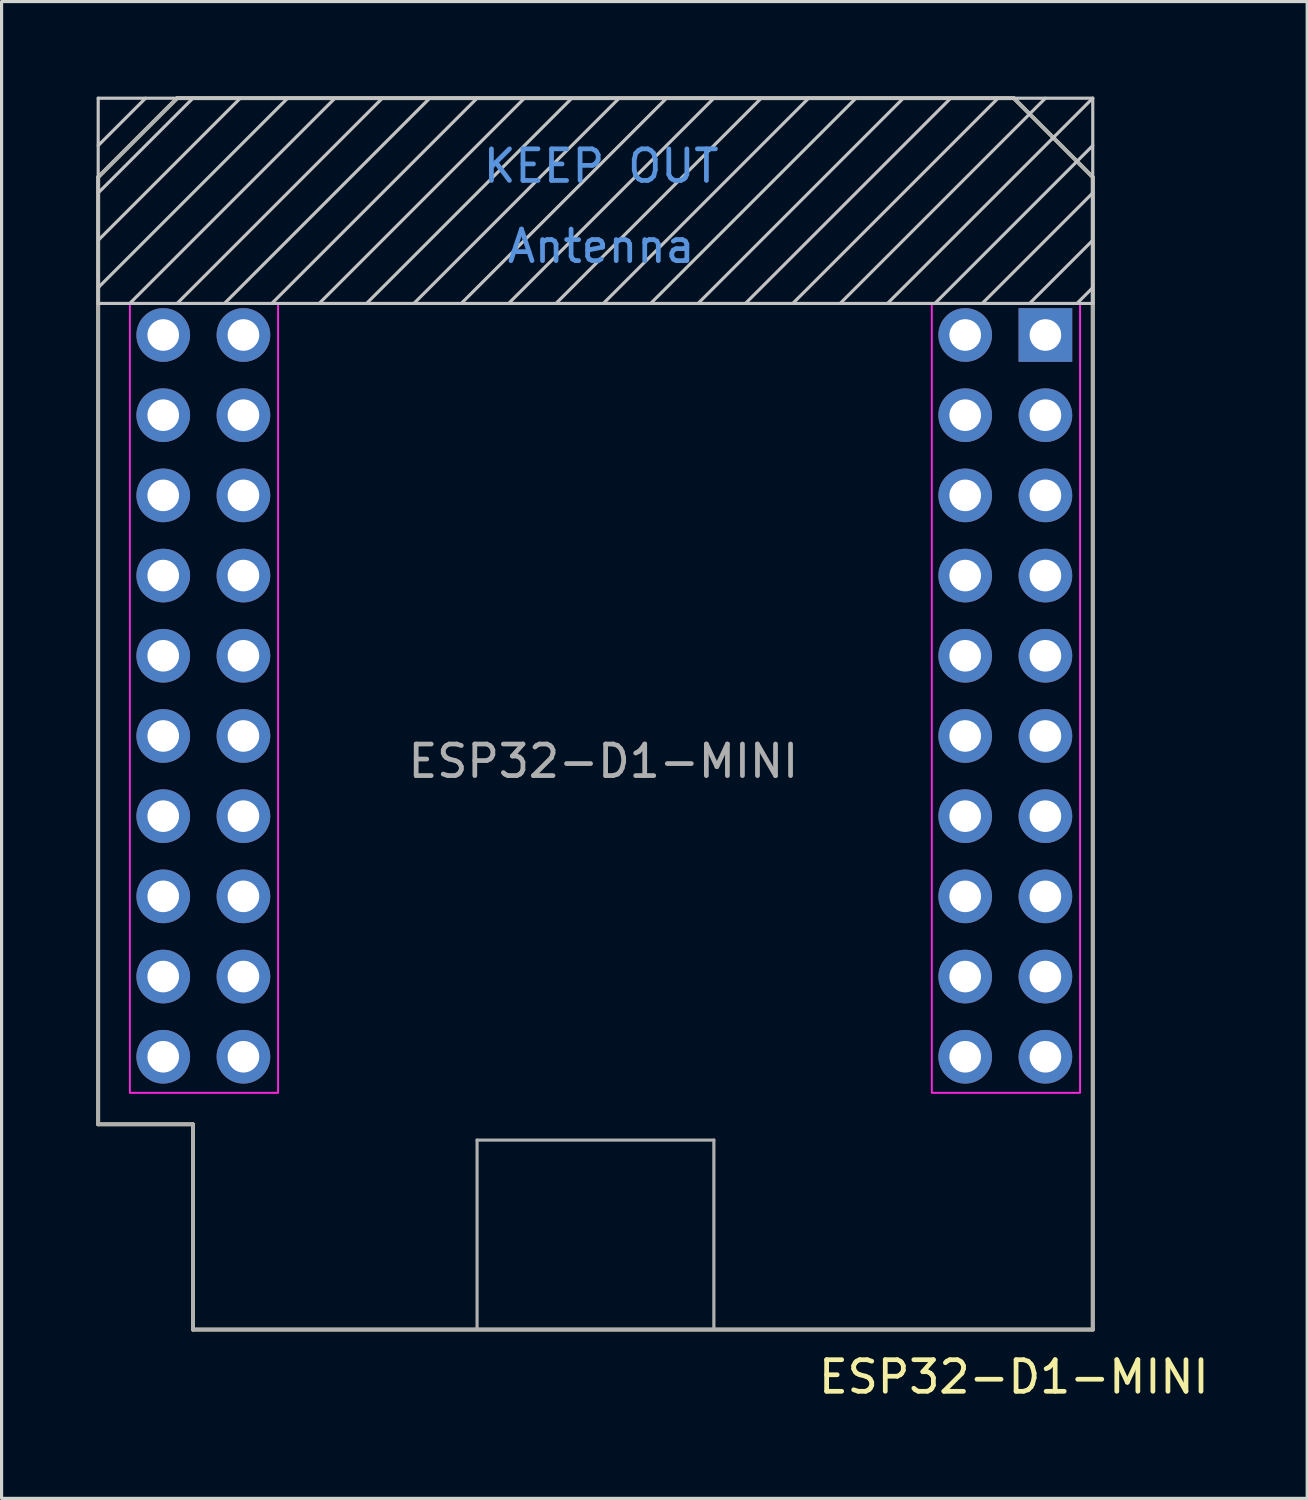
<source format=kicad_pcb>
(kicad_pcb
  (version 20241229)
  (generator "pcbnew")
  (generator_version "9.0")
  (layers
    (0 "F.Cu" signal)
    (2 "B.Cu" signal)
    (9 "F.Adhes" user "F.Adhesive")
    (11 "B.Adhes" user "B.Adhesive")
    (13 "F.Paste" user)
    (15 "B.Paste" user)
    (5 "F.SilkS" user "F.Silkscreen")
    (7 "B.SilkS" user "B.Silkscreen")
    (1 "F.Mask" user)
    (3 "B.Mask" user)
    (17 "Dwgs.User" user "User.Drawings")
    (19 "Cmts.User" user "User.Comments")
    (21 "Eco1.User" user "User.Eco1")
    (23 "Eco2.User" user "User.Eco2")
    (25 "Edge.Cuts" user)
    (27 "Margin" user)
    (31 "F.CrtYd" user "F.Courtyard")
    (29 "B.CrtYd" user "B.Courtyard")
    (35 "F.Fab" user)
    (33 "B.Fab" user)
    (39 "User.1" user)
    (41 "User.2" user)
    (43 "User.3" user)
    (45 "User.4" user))
  (footprint "ESP32-D1-MINI"
    (layer "F.Cu")
    (at 30.06 7.56)
    (property "Reference" "ESP32-D1-MINI" (at -1 33 0) (unlocked yes) (layer "F.SilkS") (effects (font (size 1 1) (thickness 0.15))))
    (attr through_hole)
    (fp_line (start -30 -5) (end -30 25) (stroke (width 0.12) (type solid)) (layer "F.SilkS"))
    (fp_line (start -30 25) (end -27 25) (stroke (width 0.12) (type solid)) (layer "F.SilkS"))
    (fp_line (start -27.5 -7.5) (end -30 -5) (stroke (width 0.12) (type solid)) (layer "F.SilkS"))
    (fp_line (start -27 25) (end -27 31.5) (stroke (width 0.12) (type solid)) (layer "F.SilkS"))
    (fp_line (start -27 31.5) (end 1.5 31.5) (stroke (width 0.12) (type solid)) (layer "F.SilkS"))
    (fp_line (start -1 -7.5) (end -27.5 -7.5) (stroke (width 0.12) (type solid)) (layer "F.SilkS"))
    (fp_line (start 1.5 -5) (end -1 -7.5) (stroke (width 0.12) (type solid)) (layer "F.SilkS"))
    (fp_line (start 1.5 31.5) (end 1.5 -5) (stroke (width 0.12) (type solid)) (layer "F.SilkS"))
    (fp_line (start -30 -7.5) (end -30 -1) (stroke (width 0.1) (type solid)) (layer "Dwgs.User"))
    (fp_line (start -30 -6) (end -28.5 -7.5) (stroke (width 0.1) (type solid)) (layer "Dwgs.User"))
    (fp_line (start -30 -4.5) (end -27 -7.5) (stroke (width 0.1) (type solid)) (layer "Dwgs.User"))
    (fp_line (start -30 -3) (end -25.5 -7.5) (stroke (width 0.1) (type solid)) (layer "Dwgs.User"))
    (fp_line (start -30 -1.5) (end -24 -7.5) (stroke (width 0.1) (type solid)) (layer "Dwgs.User"))
    (fp_line (start -30 -1) (end 1.5 -1) (stroke (width 0.1) (type solid)) (layer "Dwgs.User"))
    (fp_line (start -29 -1) (end -22.5 -7.5) (stroke (width 0.1) (type solid)) (layer "Dwgs.User"))
    (fp_line (start -27.5 -1) (end -21 -7.5) (stroke (width 0.1) (type solid)) (layer "Dwgs.User"))
    (fp_line (start -26 -1) (end -19.5 -7.5) (stroke (width 0.1) (type solid)) (layer "Dwgs.User"))
    (fp_line (start -24.5 -1) (end -18 -7.5) (stroke (width 0.1) (type solid)) (layer "Dwgs.User"))
    (fp_line (start -23 -1) (end -16.5 -7.5) (stroke (width 0.1) (type solid)) (layer "Dwgs.User"))
    (fp_line (start -21.5 -1) (end -15 -7.5) (stroke (width 0.1) (type solid)) (layer "Dwgs.User"))
    (fp_line (start -20 -1) (end -13.5 -7.5) (stroke (width 0.1) (type solid)) (layer "Dwgs.User"))
    (fp_line (start -18.5 -1) (end -12 -7.5) (stroke (width 0.1) (type solid)) (layer "Dwgs.User"))
    (fp_line (start -17 -1) (end -10.5 -7.5) (stroke (width 0.1) (type solid)) (layer "Dwgs.User"))
    (fp_line (start -15.5 -1) (end -9 -7.5) (stroke (width 0.1) (type solid)) (layer "Dwgs.User"))
    (fp_line (start -14 -1) (end -7.5 -7.5) (stroke (width 0.1) (type solid)) (layer "Dwgs.User"))
    (fp_line (start -12.5 -1) (end -6 -7.5) (stroke (width 0.1) (type solid)) (layer "Dwgs.User"))
    (fp_line (start -11 -1) (end -4.5 -7.5) (stroke (width 0.1) (type solid)) (layer "Dwgs.User"))
    (fp_line (start -9.5 -1) (end -3 -7.5) (stroke (width 0.1) (type solid)) (layer "Dwgs.User"))
    (fp_line (start -8 -1) (end -1.5 -7.5) (stroke (width 0.1) (type solid)) (layer "Dwgs.User"))
    (fp_line (start -6.5 -1) (end 0 -7.5) (stroke (width 0.1) (type solid)) (layer "Dwgs.User"))
    (fp_line (start -5 -1) (end 1.5 -7.5) (stroke (width 0.1) (type solid)) (layer "Dwgs.User"))
    (fp_line (start -3.5 -1) (end 1.5 -6) (stroke (width 0.1) (type solid)) (layer "Dwgs.User"))
    (fp_line (start -2 -1) (end 1.5 -4.5) (stroke (width 0.1) (type solid)) (layer "Dwgs.User"))
    (fp_line (start -0.5 -1) (end 1.5 -3) (stroke (width 0.1) (type solid)) (layer "Dwgs.User"))
    (fp_line (start 1 -1) (end 1.5 -1.5) (stroke (width 0.1) (type solid)) (layer "Dwgs.User"))
    (fp_line (start 1.5 -7.5) (end -30 -7.5) (stroke (width 0.1) (type solid)) (layer "Dwgs.User"))
    (fp_line (start 1.5 -1) (end 1.5 -7.5) (stroke (width 0.1) (type solid)) (layer "Dwgs.User"))
    (fp_rect (start -29 -1) (end -24.3 24) (stroke (width 0.05) (type default)) (fill no) (layer "F.CrtYd"))
    (fp_rect (start -29 -1) (end -24.3 24) (stroke (width 0.05) (type default)) (fill no) (layer "F.CrtYd"))
    (fp_rect (start -3.6 -1) (end 1.1 24) (stroke (width 0.05) (type default)) (fill no) (layer "F.CrtYd"))
    (fp_rect (start -3.6 -1) (end 1.1 24) (stroke (width 0.05) (type default)) (fill no) (layer "F.CrtYd"))
    (fp_line (start -30 -5) (end -30 25) (stroke (width 0.12) (type solid)) (layer "F.Fab"))
    (fp_line (start -30 25) (end -27 25) (stroke (width 0.12) (type solid)) (layer "F.Fab"))
    (fp_line (start -27.5 -7.5) (end -30 -5) (stroke (width 0.12) (type solid)) (layer "F.Fab"))
    (fp_line (start -27 25) (end -27 31.5) (stroke (width 0.12) (type solid)) (layer "F.Fab"))
    (fp_line (start -27 31.5) (end 1.5 31.5) (stroke (width 0.12) (type solid)) (layer "F.Fab"))
    (fp_line (start -18 25.5) (end -10.5 25.5) (stroke (width 0.1) (type solid)) (layer "F.Fab"))
    (fp_line (start -18 31.5) (end -18 25.5) (stroke (width 0.1) (type solid)) (layer "F.Fab"))
    (fp_line (start -10.5 25.5) (end -10.5 31.5) (stroke (width 0.1) (type solid)) (layer "F.Fab"))
    (fp_line (start -1 -7.5) (end -27.5 -7.5) (stroke (width 0.12) (type solid)) (layer "F.Fab"))
    (fp_line (start 1.5 -5) (end -1 -7.5) (stroke (width 0.12) (type solid)) (layer "F.Fab"))
    (fp_line (start 1.5 31.5) (end 1.5 -5) (stroke (width 0.12) (type solid)) (layer "F.Fab"))
    (fp_text user "Antenna" (at -14.07 -2.81 0) (layer "Cmts.User") (effects (font (size 1 1) (thickness 0.15))))
    (fp_text user "KEEP OUT" (at -14.07 -5.35 0) (layer "Cmts.User") (effects (font (size 1 1) (thickness 0.15))))
    (fp_text user "${REFERENCE}" (at -14 13.5 0) (layer "F.Fab") (effects (font (size 1 1) (thickness 0.15))))
    (pad "1" thru_hole rect (at 0 0) (size 1.7 1.7) (drill 1) (layers "*.Cu" "*.Mask"))
    (pad "2" thru_hole circle (at 0 2.54) (size 1.7 1.7) (drill 1) (layers "*.Cu" "*.Mask"))
    (pad "3" thru_hole circle (at 0 5.08) (size 1.7 1.7) (drill 1) (layers "*.Cu" "*.Mask"))
    (pad "4" thru_hole circle (at 0 7.62) (size 1.7 1.7) (drill 1) (layers "*.Cu" "*.Mask"))
    (pad "5" thru_hole circle (at 0 10.16) (size 1.7 1.7) (drill 1) (layers "*.Cu" "*.Mask"))
    (pad "6" thru_hole circle (at 0 12.7) (size 1.7 1.7) (drill 1) (layers "*.Cu" "*.Mask"))
    (pad "7" thru_hole circle (at 0 15.24) (size 1.7 1.7) (drill 1) (layers "*.Cu" "*.Mask"))
    (pad "8" thru_hole circle (at 0 17.78) (size 1.7 1.7) (drill 1) (layers "*.Cu" "*.Mask"))
    (pad "9" thru_hole circle (at 0 20.32) (size 1.7 1.7) (drill 1) (layers "*.Cu" "*.Mask"))
    (pad "10" thru_hole circle (at 0 22.86) (size 1.7 1.7) (drill 1) (layers "*.Cu" "*.Mask"))
    (pad "11" thru_hole circle (at -2.54 0) (size 1.7 1.7) (drill 1) (layers "*.Cu" "*.Mask"))
    (pad "12" thru_hole circle (at -2.54 2.54) (size 1.7 1.7) (drill 1) (layers "*.Cu" "*.Mask"))
    (pad "13" thru_hole circle (at -2.54 5.08) (size 1.7 1.7) (drill 1) (layers "*.Cu" "*.Mask"))
    (pad "14" thru_hole circle (at -2.54 7.62) (size 1.7 1.7) (drill 1) (layers "*.Cu" "*.Mask"))
    (pad "15" thru_hole circle (at -2.54 10.16) (size 1.7 1.7) (drill 1) (layers "*.Cu" "*.Mask"))
    (pad "16" thru_hole circle (at -2.54 12.7) (size 1.7 1.7) (drill 1) (layers "*.Cu" "*.Mask"))
    (pad "17" thru_hole circle (at -2.54 15.24) (size 1.7 1.7) (drill 1) (layers "*.Cu" "*.Mask"))
    (pad "18" thru_hole circle (at -2.54 17.78) (size 1.7 1.7) (drill 1) (layers "*.Cu" "*.Mask"))
    (pad "19" thru_hole circle (at -2.54 20.32) (size 1.7 1.7) (drill 1) (layers "*.Cu" "*.Mask"))
    (pad "20" thru_hole circle (at -2.54 22.86) (size 1.7 1.7) (drill 1) (layers "*.Cu" "*.Mask"))
    (pad "21" thru_hole circle (at -25.4 0) (size 1.7 1.7) (drill 1) (layers "*.Cu" "*.Mask"))
    (pad "22" thru_hole circle (at -25.4 2.54) (size 1.7 1.7) (drill 1) (layers "*.Cu" "*.Mask"))
    (pad "23" thru_hole circle (at -25.4 5.08) (size 1.7 1.7) (drill 1) (layers "*.Cu" "*.Mask"))
    (pad "24" thru_hole circle (at -25.4 7.62) (size 1.7 1.7) (drill 1) (layers "*.Cu" "*.Mask"))
    (pad "25" thru_hole circle (at -25.4 10.16) (size 1.7 1.7) (drill 1) (layers "*.Cu" "*.Mask"))
    (pad "26" thru_hole circle (at -25.4 12.7) (size 1.7 1.7) (drill 1) (layers "*.Cu" "*.Mask"))
    (pad "27" thru_hole circle (at -25.4 15.24) (size 1.7 1.7) (drill 1) (layers "*.Cu" "*.Mask"))
    (pad "28" thru_hole circle (at -25.4 17.78) (size 1.7 1.7) (drill 1) (layers "*.Cu" "*.Mask"))
    (pad "29" thru_hole circle (at -25.4 20.32) (size 1.7 1.7) (drill 1) (layers "*.Cu" "*.Mask"))
    (pad "30" thru_hole circle (at -25.4 22.86) (size 1.7 1.7) (drill 1) (layers "*.Cu" "*.Mask"))
    (pad "31" thru_hole circle (at -27.94 0) (size 1.7 1.7) (drill 1) (layers "*.Cu" "*.Mask"))
    (pad "32" thru_hole circle (at -27.94 2.54) (size 1.7 1.7) (drill 1) (layers "*.Cu" "*.Mask"))
    (pad "33" thru_hole circle (at -27.94 5.08) (size 1.7 1.7) (drill 1) (layers "*.Cu" "*.Mask"))
    (pad "34" thru_hole circle (at -27.94 7.62) (size 1.7 1.7) (drill 1) (layers "*.Cu" "*.Mask"))
    (pad "35" thru_hole circle (at -27.94 10.16) (size 1.7 1.7) (drill 1) (layers "*.Cu" "*.Mask"))
    (pad "36" thru_hole circle (at -27.94 12.7) (size 1.7 1.7) (drill 1) (layers "*.Cu" "*.Mask"))
    (pad "37" thru_hole circle (at -27.94 15.24) (size 1.7 1.7) (drill 1) (layers "*.Cu" "*.Mask"))
    (pad "38" thru_hole circle (at -27.94 17.78) (size 1.7 1.7) (drill 1) (layers "*.Cu" "*.Mask"))
    (pad "39" thru_hole circle (at -27.94 20.32) (size 1.7 1.7) (drill 1) (layers "*.Cu" "*.Mask"))
    (pad "40" thru_hole circle (at -27.94 22.86) (size 1.7 1.7) (drill 1) (layers "*.Cu" "*.Mask")))
  (gr_rect
    (start -3 -3)
    (end 38.352 44.408)
    (stroke (width 0.1) (type default))
    (fill no)
    (layer "Edge.Cuts")))
</source>
